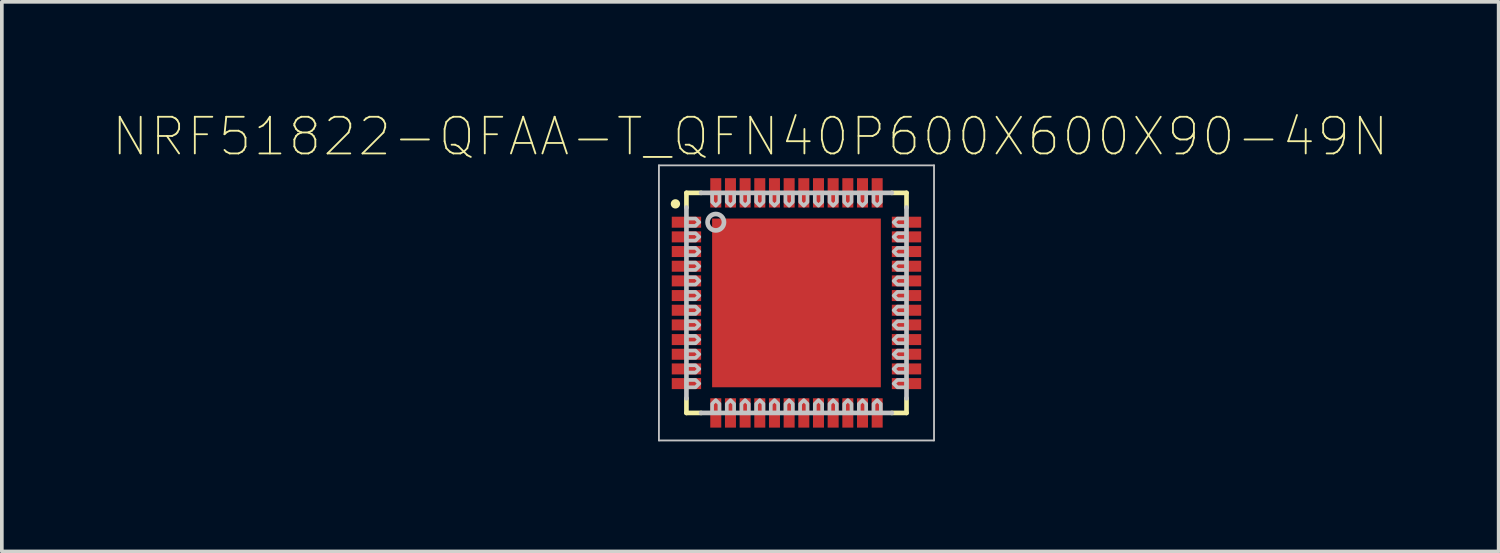
<source format=kicad_pcb>
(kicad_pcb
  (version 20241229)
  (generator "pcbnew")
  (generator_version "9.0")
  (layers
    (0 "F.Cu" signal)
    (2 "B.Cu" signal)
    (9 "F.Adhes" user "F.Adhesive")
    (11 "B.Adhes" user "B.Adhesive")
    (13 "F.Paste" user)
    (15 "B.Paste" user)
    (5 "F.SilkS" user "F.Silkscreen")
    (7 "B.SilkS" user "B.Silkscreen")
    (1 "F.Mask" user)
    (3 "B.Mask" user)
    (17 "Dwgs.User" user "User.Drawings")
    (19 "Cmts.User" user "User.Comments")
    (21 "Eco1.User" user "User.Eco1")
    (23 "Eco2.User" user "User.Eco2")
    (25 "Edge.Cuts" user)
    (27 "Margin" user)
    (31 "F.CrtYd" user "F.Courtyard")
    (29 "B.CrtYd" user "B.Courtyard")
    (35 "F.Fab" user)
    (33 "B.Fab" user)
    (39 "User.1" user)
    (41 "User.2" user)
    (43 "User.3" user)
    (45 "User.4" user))
  (footprint "NRF51822-QFAA-T_QFN40P600X600X90-49N"
    (layer "F.Cu")
    (at 18.664 5.208)
    (property "Reference" "NRF51822-QFAA-T_QFN40P600X600X90-49N" (at -1.26 -4.535 0) (layer "F.SilkS") (effects (font (size 1 1) (thickness 0.05))))
    (attr smd)
    (fp_poly (pts (xy -3.425 -2.375) (xy -2.575 -2.375) (xy -2.575 -2.025) (xy -3.425 -2.025)) (stroke (width 0.381) (type solid)) (fill yes) (layer "F.Mask"))
    (fp_poly (pts (xy -3.425 -1.975) (xy -2.575 -1.975) (xy -2.575 -1.625) (xy -3.425 -1.625)) (stroke (width 0.381) (type solid)) (fill yes) (layer "F.Mask"))
    (fp_poly (pts (xy -3.425 -1.575) (xy -2.575 -1.575) (xy -2.575 -1.225) (xy -3.425 -1.225)) (stroke (width 0.381) (type solid)) (fill yes) (layer "F.Mask"))
    (fp_poly (pts (xy -3.425 -1.175) (xy -2.575 -1.175) (xy -2.575 -0.825) (xy -3.425 -0.825)) (stroke (width 0.381) (type solid)) (fill yes) (layer "F.Mask"))
    (fp_poly (pts (xy -3.425 -0.775) (xy -2.575 -0.775) (xy -2.575 -0.425) (xy -3.425 -0.425)) (stroke (width 0.381) (type solid)) (fill yes) (layer "F.Mask"))
    (fp_poly (pts (xy -3.425 -0.375) (xy -2.575 -0.375) (xy -2.575 -0.025) (xy -3.425 -0.025)) (stroke (width 0.381) (type solid)) (fill yes) (layer "F.Mask"))
    (fp_poly (pts (xy -3.425 0.025) (xy -2.575 0.025) (xy -2.575 0.375) (xy -3.425 0.375)) (stroke (width 0.381) (type solid)) (fill yes) (layer "F.Mask"))
    (fp_poly (pts (xy -3.425 0.425) (xy -2.575 0.425) (xy -2.575 0.775) (xy -3.425 0.775)) (stroke (width 0.381) (type solid)) (fill yes) (layer "F.Mask"))
    (fp_poly (pts (xy -3.425 0.825) (xy -2.575 0.825) (xy -2.575 1.175) (xy -3.425 1.175)) (stroke (width 0.381) (type solid)) (fill yes) (layer "F.Mask"))
    (fp_poly (pts (xy -3.425 1.225) (xy -2.575 1.225) (xy -2.575 1.575) (xy -3.425 1.575)) (stroke (width 0.381) (type solid)) (fill yes) (layer "F.Mask"))
    (fp_poly (pts (xy -3.425 1.625) (xy -2.575 1.625) (xy -2.575 1.975) (xy -3.425 1.975)) (stroke (width 0.381) (type solid)) (fill yes) (layer "F.Mask"))
    (fp_poly (pts (xy -3.425 2.025) (xy -2.575 2.025) (xy -2.575 2.375) (xy -3.425 2.375)) (stroke (width 0.381) (type solid)) (fill yes) (layer "F.Mask"))
    (fp_poly (pts (xy -2.375 -2.575) (xy -2.375 -3.425) (xy -2.025 -3.425) (xy -2.025 -2.575)) (stroke (width 0.381) (type solid)) (fill yes) (layer "F.Mask"))
    (fp_poly (pts (xy -2.375 3.425) (xy -2.375 2.575) (xy -2.025 2.575) (xy -2.025 3.425)) (stroke (width 0.381) (type solid)) (fill yes) (layer "F.Mask"))
    (fp_poly (pts (xy -1.975 -2.575) (xy -1.975 -3.425) (xy -1.625 -3.425) (xy -1.625 -2.575)) (stroke (width 0.381) (type solid)) (fill yes) (layer "F.Mask"))
    (fp_poly (pts (xy -1.975 3.425) (xy -1.975 2.575) (xy -1.625 2.575) (xy -1.625 3.425)) (stroke (width 0.381) (type solid)) (fill yes) (layer "F.Mask"))
    (fp_poly (pts (xy -1.575 -2.575) (xy -1.575 -3.425) (xy -1.225 -3.425) (xy -1.225 -2.575)) (stroke (width 0.381) (type solid)) (fill yes) (layer "F.Mask"))
    (fp_poly (pts (xy -1.575 3.425) (xy -1.575 2.575) (xy -1.225 2.575) (xy -1.225 3.425)) (stroke (width 0.381) (type solid)) (fill yes) (layer "F.Mask"))
    (fp_poly (pts (xy -1.175 -2.575) (xy -1.175 -3.425) (xy -0.825 -3.425) (xy -0.825 -2.575)) (stroke (width 0.381) (type solid)) (fill yes) (layer "F.Mask"))
    (fp_poly (pts (xy -1.175 3.425) (xy -1.175 2.575) (xy -0.825 2.575) (xy -0.825 3.425)) (stroke (width 0.381) (type solid)) (fill yes) (layer "F.Mask"))
    (fp_poly (pts (xy -0.775 -2.575) (xy -0.775 -3.425) (xy -0.425 -3.425) (xy -0.425 -2.575)) (stroke (width 0.381) (type solid)) (fill yes) (layer "F.Mask"))
    (fp_poly (pts (xy -0.775 3.425) (xy -0.775 2.575) (xy -0.425 2.575) (xy -0.425 3.425)) (stroke (width 0.381) (type solid)) (fill yes) (layer "F.Mask"))
    (fp_poly (pts (xy -0.375 -2.575) (xy -0.375 -3.425) (xy -0.025 -3.425) (xy -0.025 -2.575)) (stroke (width 0.381) (type solid)) (fill yes) (layer "F.Mask"))
    (fp_poly (pts (xy -0.375 3.425) (xy -0.375 2.575) (xy -0.025 2.575) (xy -0.025 3.425)) (stroke (width 0.381) (type solid)) (fill yes) (layer "F.Mask"))
    (fp_poly (pts (xy 0.025 -2.575) (xy 0.025 -3.425) (xy 0.375 -3.425) (xy 0.375 -2.575)) (stroke (width 0.381) (type solid)) (fill yes) (layer "F.Mask"))
    (fp_poly (pts (xy 0.025 3.425) (xy 0.025 2.575) (xy 0.375 2.575) (xy 0.375 3.425)) (stroke (width 0.381) (type solid)) (fill yes) (layer "F.Mask"))
    (fp_poly (pts (xy 0.425 -2.575) (xy 0.425 -3.425) (xy 0.775 -3.425) (xy 0.775 -2.575)) (stroke (width 0.381) (type solid)) (fill yes) (layer "F.Mask"))
    (fp_poly (pts (xy 0.425 3.425) (xy 0.425 2.575) (xy 0.775 2.575) (xy 0.775 3.425)) (stroke (width 0.381) (type solid)) (fill yes) (layer "F.Mask"))
    (fp_poly (pts (xy 0.825 -2.575) (xy 0.825 -3.425) (xy 1.175 -3.425) (xy 1.175 -2.575)) (stroke (width 0.381) (type solid)) (fill yes) (layer "F.Mask"))
    (fp_poly (pts (xy 0.825 3.425) (xy 0.825 2.575) (xy 1.175 2.575) (xy 1.175 3.425)) (stroke (width 0.381) (type solid)) (fill yes) (layer "F.Mask"))
    (fp_poly (pts (xy 1.225 -2.575) (xy 1.225 -3.425) (xy 1.575 -3.425) (xy 1.575 -2.575)) (stroke (width 0.381) (type solid)) (fill yes) (layer "F.Mask"))
    (fp_poly (pts (xy 1.225 3.425) (xy 1.225 2.575) (xy 1.575 2.575) (xy 1.575 3.425)) (stroke (width 0.381) (type solid)) (fill yes) (layer "F.Mask"))
    (fp_poly (pts (xy 1.625 -2.575) (xy 1.625 -3.425) (xy 1.975 -3.425) (xy 1.975 -2.575)) (stroke (width 0.381) (type solid)) (fill yes) (layer "F.Mask"))
    (fp_poly (pts (xy 1.625 3.425) (xy 1.625 2.575) (xy 1.975 2.575) (xy 1.975 3.425)) (stroke (width 0.381) (type solid)) (fill yes) (layer "F.Mask"))
    (fp_poly (pts (xy 2.025 -2.575) (xy 2.025 -3.425) (xy 2.375 -3.425) (xy 2.375 -2.575)) (stroke (width 0.381) (type solid)) (fill yes) (layer "F.Mask"))
    (fp_poly (pts (xy 2.025 3.425) (xy 2.025 2.575) (xy 2.375 2.575) (xy 2.375 3.425)) (stroke (width 0.381) (type solid)) (fill yes) (layer "F.Mask"))
    (fp_poly (pts (xy 2.575 -2.375) (xy 3.425 -2.375) (xy 3.425 -2.025) (xy 2.575 -2.025)) (stroke (width 0.381) (type solid)) (fill yes) (layer "F.Mask"))
    (fp_poly (pts (xy 2.575 -1.975) (xy 3.425 -1.975) (xy 3.425 -1.625) (xy 2.575 -1.625)) (stroke (width 0.381) (type solid)) (fill yes) (layer "F.Mask"))
    (fp_poly (pts (xy 2.575 -1.575) (xy 3.425 -1.575) (xy 3.425 -1.225) (xy 2.575 -1.225)) (stroke (width 0.381) (type solid)) (fill yes) (layer "F.Mask"))
    (fp_poly (pts (xy 2.575 -1.175) (xy 3.425 -1.175) (xy 3.425 -0.825) (xy 2.575 -0.825)) (stroke (width 0.381) (type solid)) (fill yes) (layer "F.Mask"))
    (fp_poly (pts (xy 2.575 -0.775) (xy 3.425 -0.775) (xy 3.425 -0.425) (xy 2.575 -0.425)) (stroke (width 0.381) (type solid)) (fill yes) (layer "F.Mask"))
    (fp_poly (pts (xy 2.575 -0.375) (xy 3.425 -0.375) (xy 3.425 -0.025) (xy 2.575 -0.025)) (stroke (width 0.381) (type solid)) (fill yes) (layer "F.Mask"))
    (fp_poly (pts (xy 2.575 0.025) (xy 3.425 0.025) (xy 3.425 0.375) (xy 2.575 0.375)) (stroke (width 0.381) (type solid)) (fill yes) (layer "F.Mask"))
    (fp_poly (pts (xy 2.575 0.425) (xy 3.425 0.425) (xy 3.425 0.775) (xy 2.575 0.775)) (stroke (width 0.381) (type solid)) (fill yes) (layer "F.Mask"))
    (fp_poly (pts (xy 2.575 0.825) (xy 3.425 0.825) (xy 3.425 1.175) (xy 2.575 1.175)) (stroke (width 0.381) (type solid)) (fill yes) (layer "F.Mask"))
    (fp_poly (pts (xy 2.575 1.225) (xy 3.425 1.225) (xy 3.425 1.575) (xy 2.575 1.575)) (stroke (width 0.381) (type solid)) (fill yes) (layer "F.Mask"))
    (fp_poly (pts (xy 2.575 1.625) (xy 3.425 1.625) (xy 3.425 1.975) (xy 2.575 1.975)) (stroke (width 0.381) (type solid)) (fill yes) (layer "F.Mask"))
    (fp_poly (pts (xy 2.575 2.025) (xy 3.425 2.025) (xy 3.425 2.375) (xy 2.575 2.375)) (stroke (width 0.381) (type solid)) (fill yes) (layer "F.Mask"))
    (fp_line (start -3 -3) (end -2.6 -3) (stroke (width 0.127) (type solid)) (layer "F.SilkS"))
    (fp_line (start -3 -2.6) (end -3 -3) (stroke (width 0.127) (type solid)) (layer "F.SilkS"))
    (fp_line (start -3 3) (end -3 2.6) (stroke (width 0.127) (type solid)) (layer "F.SilkS"))
    (fp_line (start -2.6 3) (end -3 3) (stroke (width 0.127) (type solid)) (layer "F.SilkS"))
    (fp_line (start 2.6 -3) (end 3 -3) (stroke (width 0.127) (type solid)) (layer "F.SilkS"))
    (fp_line (start 3 -3) (end 3 -2.6) (stroke (width 0.127) (type solid)) (layer "F.SilkS"))
    (fp_line (start 3 2.6) (end 3 3) (stroke (width 0.127) (type solid)) (layer "F.SilkS"))
    (fp_line (start 3 3) (end 2.6 3) (stroke (width 0.127) (type solid)) (layer "F.SilkS"))
    (fp_circle (center -3.3 -2.7) (end -3.173 -2.7) (stroke (width 0) (type solid)) (fill yes) (layer "F.SilkS"))
    (fp_poly (pts (xy -1.45 -1.45) (xy 1.45 -1.45) (xy 1.45 1.45) (xy -1.45 1.45)) (stroke (width 0.381) (type solid)) (fill yes) (layer "F.Paste"))
    (fp_line (start -3.75 -3.75) (end 3.75 -3.75) (stroke (width 0.05) (type solid)) (layer "Dwgs.User"))
    (fp_line (start -3.75 3.75) (end -3.75 -3.75) (stroke (width 0.05) (type solid)) (layer "Dwgs.User"))
    (fp_line (start -3 2.6) (end -3 -2.6) (stroke (width 0.127) (type solid)) (layer "Dwgs.User"))
    (fp_line (start -2.6 -3) (end 2.6 -3) (stroke (width 0.127) (type solid)) (layer "Dwgs.User"))
    (fp_line (start 2.6 3) (end -2.6 3) (stroke (width 0.127) (type solid)) (layer "Dwgs.User"))
    (fp_line (start 3 2.6) (end 3 -2.6) (stroke (width 0.127) (type solid)) (layer "Dwgs.User"))
    (fp_line (start 3.75 -3.75) (end 3.75 3.75) (stroke (width 0.05) (type solid)) (layer "Dwgs.User"))
    (fp_line (start 3.75 3.75) (end -3.75 3.75) (stroke (width 0.05) (type solid)) (layer "Dwgs.User"))
    (fp_circle (center -2.2 -2.2) (end -1.976 -2.2) (stroke (width 0.127) (type solid)) (fill no) (layer "Dwgs.User"))
    (fp_poly (pts (xy -3 -2.3) (xy -2.75 -2.3) (xy -2.65 -2.2) (xy -2.75 -2.1) (xy -3 -2.1)) (stroke (width 0.1) (type solid)) (fill no) (layer "Dwgs.User"))
    (fp_poly (pts (xy -3 -1.9) (xy -2.75 -1.9) (xy -2.65 -1.8) (xy -2.75 -1.7) (xy -3 -1.7)) (stroke (width 0.1) (type solid)) (fill no) (layer "Dwgs.User"))
    (fp_poly (pts (xy -3 -1.5) (xy -2.75 -1.5) (xy -2.65 -1.4) (xy -2.75 -1.3) (xy -3 -1.3)) (stroke (width 0.1) (type solid)) (fill no) (layer "Dwgs.User"))
    (fp_poly (pts (xy -3 -1.1) (xy -2.75 -1.1) (xy -2.65 -1) (xy -2.75 -0.9) (xy -3 -0.9)) (stroke (width 0.1) (type solid)) (fill no) (layer "Dwgs.User"))
    (fp_poly (pts (xy -3 -0.7) (xy -2.75 -0.7) (xy -2.65 -0.6) (xy -2.75 -0.5) (xy -3 -0.5)) (stroke (width 0.1) (type solid)) (fill no) (layer "Dwgs.User"))
    (fp_poly (pts (xy -3 -0.3) (xy -2.75 -0.3) (xy -2.65 -0.2) (xy -2.75 -0.1) (xy -3 -0.1)) (stroke (width 0.1) (type solid)) (fill no) (layer "Dwgs.User"))
    (fp_poly (pts (xy -3 0.1) (xy -2.75 0.1) (xy -2.65 0.2) (xy -2.75 0.3) (xy -3 0.3)) (stroke (width 0.1) (type solid)) (fill no) (layer "Dwgs.User"))
    (fp_poly (pts (xy -3 0.5) (xy -2.75 0.5) (xy -2.65 0.6) (xy -2.75 0.7) (xy -3 0.7)) (stroke (width 0.1) (type solid)) (fill no) (layer "Dwgs.User"))
    (fp_poly (pts (xy -3 0.9) (xy -2.75 0.9) (xy -2.65 1) (xy -2.75 1.1) (xy -3 1.1)) (stroke (width 0.1) (type solid)) (fill no) (layer "Dwgs.User"))
    (fp_poly (pts (xy -3 1.3) (xy -2.75 1.3) (xy -2.65 1.4) (xy -2.75 1.5) (xy -3 1.5)) (stroke (width 0.1) (type solid)) (fill no) (layer "Dwgs.User"))
    (fp_poly (pts (xy -3 1.7) (xy -2.75 1.7) (xy -2.65 1.8) (xy -2.75 1.9) (xy -3 1.9)) (stroke (width 0.1) (type solid)) (fill no) (layer "Dwgs.User"))
    (fp_poly (pts (xy -3 2.1) (xy -2.75 2.1) (xy -2.65 2.2) (xy -2.75 2.3) (xy -3 2.3)) (stroke (width 0.1) (type solid)) (fill no) (layer "Dwgs.User"))
    (fp_poly (pts (xy -2.3 3) (xy -2.3 2.75) (xy -2.2 2.65) (xy -2.1 2.75) (xy -2.1 3)) (stroke (width 0.1) (type solid)) (fill no) (layer "Dwgs.User"))
    (fp_poly (pts (xy -2.1 -3) (xy -2.1 -2.75) (xy -2.2 -2.65) (xy -2.3 -2.75) (xy -2.3 -3)) (stroke (width 0.1) (type solid)) (fill no) (layer "Dwgs.User"))
    (fp_poly (pts (xy -1.9 3) (xy -1.9 2.75) (xy -1.8 2.65) (xy -1.7 2.75) (xy -1.7 3)) (stroke (width 0.1) (type solid)) (fill no) (layer "Dwgs.User"))
    (fp_poly (pts (xy -1.7 -3) (xy -1.7 -2.75) (xy -1.8 -2.65) (xy -1.9 -2.75) (xy -1.9 -3)) (stroke (width 0.1) (type solid)) (fill no) (layer "Dwgs.User"))
    (fp_poly (pts (xy -1.5 3) (xy -1.5 2.75) (xy -1.4 2.65) (xy -1.3 2.75) (xy -1.3 3)) (stroke (width 0.1) (type solid)) (fill no) (layer "Dwgs.User"))
    (fp_poly (pts (xy -1.3 -3) (xy -1.3 -2.75) (xy -1.4 -2.65) (xy -1.5 -2.75) (xy -1.5 -3)) (stroke (width 0.1) (type solid)) (fill no) (layer "Dwgs.User"))
    (fp_poly (pts (xy -1.1 3) (xy -1.1 2.75) (xy -1 2.65) (xy -0.9 2.75) (xy -0.9 3)) (stroke (width 0.1) (type solid)) (fill no) (layer "Dwgs.User"))
    (fp_poly (pts (xy -0.9 -3) (xy -0.9 -2.75) (xy -1 -2.65) (xy -1.1 -2.75) (xy -1.1 -3)) (stroke (width 0.1) (type solid)) (fill no) (layer "Dwgs.User"))
    (fp_poly (pts (xy -0.7 3) (xy -0.7 2.75) (xy -0.6 2.65) (xy -0.5 2.75) (xy -0.5 3)) (stroke (width 0.1) (type solid)) (fill no) (layer "Dwgs.User"))
    (fp_poly (pts (xy -0.5 -3) (xy -0.5 -2.75) (xy -0.6 -2.65) (xy -0.7 -2.75) (xy -0.7 -3)) (stroke (width 0.1) (type solid)) (fill no) (layer "Dwgs.User"))
    (fp_poly (pts (xy -0.3 3) (xy -0.3 2.75) (xy -0.2 2.65) (xy -0.1 2.75) (xy -0.1 3)) (stroke (width 0.1) (type solid)) (fill no) (layer "Dwgs.User"))
    (fp_poly (pts (xy -0.1 -3) (xy -0.1 -2.75) (xy -0.2 -2.65) (xy -0.3 -2.75) (xy -0.3 -3)) (stroke (width 0.1) (type solid)) (fill no) (layer "Dwgs.User"))
    (fp_poly (pts (xy 0.1 3) (xy 0.1 2.75) (xy 0.2 2.65) (xy 0.3 2.75) (xy 0.3 3)) (stroke (width 0.1) (type solid)) (fill no) (layer "Dwgs.User"))
    (fp_poly (pts (xy 0.3 -3) (xy 0.3 -2.75) (xy 0.2 -2.65) (xy 0.1 -2.75) (xy 0.1 -3)) (stroke (width 0.1) (type solid)) (fill no) (layer "Dwgs.User"))
    (fp_poly (pts (xy 0.5 3) (xy 0.5 2.75) (xy 0.6 2.65) (xy 0.7 2.75) (xy 0.7 3)) (stroke (width 0.1) (type solid)) (fill no) (layer "Dwgs.User"))
    (fp_poly (pts (xy 0.7 -3) (xy 0.7 -2.75) (xy 0.6 -2.65) (xy 0.5 -2.75) (xy 0.5 -3)) (stroke (width 0.1) (type solid)) (fill no) (layer "Dwgs.User"))
    (fp_poly (pts (xy 0.9 3) (xy 0.9 2.75) (xy 1 2.65) (xy 1.1 2.75) (xy 1.1 3)) (stroke (width 0.1) (type solid)) (fill no) (layer "Dwgs.User"))
    (fp_poly (pts (xy 1.1 -3) (xy 1.1 -2.75) (xy 1 -2.65) (xy 0.9 -2.75) (xy 0.9 -3)) (stroke (width 0.1) (type solid)) (fill no) (layer "Dwgs.User"))
    (fp_poly (pts (xy 1.3 3) (xy 1.3 2.75) (xy 1.4 2.65) (xy 1.5 2.75) (xy 1.5 3)) (stroke (width 0.1) (type solid)) (fill no) (layer "Dwgs.User"))
    (fp_poly (pts (xy 1.5 -3) (xy 1.5 -2.75) (xy 1.4 -2.65) (xy 1.3 -2.75) (xy 1.3 -3)) (stroke (width 0.1) (type solid)) (fill no) (layer "Dwgs.User"))
    (fp_poly (pts (xy 1.7 3) (xy 1.7 2.75) (xy 1.8 2.65) (xy 1.9 2.75) (xy 1.9 3)) (stroke (width 0.1) (type solid)) (fill no) (layer "Dwgs.User"))
    (fp_poly (pts (xy 1.9 -3) (xy 1.9 -2.75) (xy 1.8 -2.65) (xy 1.7 -2.75) (xy 1.7 -3)) (stroke (width 0.1) (type solid)) (fill no) (layer "Dwgs.User"))
    (fp_poly (pts (xy 2.1 3) (xy 2.1 2.75) (xy 2.2 2.65) (xy 2.3 2.75) (xy 2.3 3)) (stroke (width 0.1) (type solid)) (fill no) (layer "Dwgs.User"))
    (fp_poly (pts (xy 2.3 -3) (xy 2.3 -2.75) (xy 2.2 -2.65) (xy 2.1 -2.75) (xy 2.1 -3)) (stroke (width 0.1) (type solid)) (fill no) (layer "Dwgs.User"))
    (fp_poly (pts (xy 3 -2.1) (xy 2.75 -2.1) (xy 2.65 -2.2) (xy 2.75 -2.3) (xy 3 -2.3)) (stroke (width 0.1) (type solid)) (fill no) (layer "Dwgs.User"))
    (fp_poly (pts (xy 3 -1.7) (xy 2.75 -1.7) (xy 2.65 -1.8) (xy 2.75 -1.9) (xy 3 -1.9)) (stroke (width 0.1) (type solid)) (fill no) (layer "Dwgs.User"))
    (fp_poly (pts (xy 3 -1.3) (xy 2.75 -1.3) (xy 2.65 -1.4) (xy 2.75 -1.5) (xy 3 -1.5)) (stroke (width 0.1) (type solid)) (fill no) (layer "Dwgs.User"))
    (fp_poly (pts (xy 3 -0.9) (xy 2.75 -0.9) (xy 2.65 -1) (xy 2.75 -1.1) (xy 3 -1.1)) (stroke (width 0.1) (type solid)) (fill no) (layer "Dwgs.User"))
    (fp_poly (pts (xy 3 -0.5) (xy 2.75 -0.5) (xy 2.65 -0.6) (xy 2.75 -0.7) (xy 3 -0.7)) (stroke (width 0.1) (type solid)) (fill no) (layer "Dwgs.User"))
    (fp_poly (pts (xy 3 -0.1) (xy 2.75 -0.1) (xy 2.65 -0.2) (xy 2.75 -0.3) (xy 3 -0.3)) (stroke (width 0.1) (type solid)) (fill no) (layer "Dwgs.User"))
    (fp_poly (pts (xy 3 0.3) (xy 2.75 0.3) (xy 2.65 0.2) (xy 2.75 0.1) (xy 3 0.1)) (stroke (width 0.1) (type solid)) (fill no) (layer "Dwgs.User"))
    (fp_poly (pts (xy 3 0.7) (xy 2.75 0.7) (xy 2.65 0.6) (xy 2.75 0.5) (xy 3 0.5)) (stroke (width 0.1) (type solid)) (fill no) (layer "Dwgs.User"))
    (fp_poly (pts (xy 3 1.1) (xy 2.75 1.1) (xy 2.65 1) (xy 2.75 0.9) (xy 3 0.9)) (stroke (width 0.1) (type solid)) (fill no) (layer "Dwgs.User"))
    (fp_poly (pts (xy 3 1.5) (xy 2.75 1.5) (xy 2.65 1.4) (xy 2.75 1.3) (xy 3 1.3)) (stroke (width 0.1) (type solid)) (fill no) (layer "Dwgs.User"))
    (fp_poly (pts (xy 3 1.9) (xy 2.75 1.9) (xy 2.65 1.8) (xy 2.75 1.7) (xy 3 1.7)) (stroke (width 0.1) (type solid)) (fill no) (layer "Dwgs.User"))
    (fp_poly (pts (xy 3 2.3) (xy 2.75 2.3) (xy 2.65 2.2) (xy 2.75 2.1) (xy 3 2.1)) (stroke (width 0.1) (type solid)) (fill no) (layer "Dwgs.User"))
    (pad "1" smd rect (at -3 -2.2) (size 0.8 0.3) (layers "F.Cu" "F.Mask" "F.Paste"))
    (pad "2" smd rect (at -3 -1.8) (size 0.8 0.3) (layers "F.Cu" "F.Mask" "F.Paste"))
    (pad "3" smd rect (at -3 -1.4) (size 0.8 0.3) (layers "F.Cu" "F.Mask" "F.Paste"))
    (pad "4" smd rect (at -3 -1) (size 0.8 0.3) (layers "F.Cu" "F.Mask" "F.Paste"))
    (pad "5" smd rect (at -3 -0.6) (size 0.8 0.3) (layers "F.Cu" "F.Mask" "F.Paste"))
    (pad "6" smd rect (at -3 -0.2) (size 0.8 0.3) (layers "F.Cu" "F.Mask" "F.Paste"))
    (pad "7" smd rect (at -3 0.2) (size 0.8 0.3) (layers "F.Cu" "F.Mask" "F.Paste"))
    (pad "8" smd rect (at -3 0.6) (size 0.8 0.3) (layers "F.Cu" "F.Mask" "F.Paste"))
    (pad "9" smd rect (at -3 1) (size 0.8 0.3) (layers "F.Cu" "F.Mask" "F.Paste"))
    (pad "10" smd rect (at -3 1.4) (size 0.8 0.3) (layers "F.Cu" "F.Mask" "F.Paste"))
    (pad "11" smd rect (at -3 1.8) (size 0.8 0.3) (layers "F.Cu" "F.Mask" "F.Paste"))
    (pad "12" smd rect (at -3 2.2) (size 0.8 0.3) (layers "F.Cu" "F.Mask" "F.Paste"))
    (pad "13" smd rect (at -2.2 3 90) (size 0.8 0.3) (layers "F.Cu" "F.Mask" "F.Paste"))
    (pad "14" smd rect (at -1.8 3 90) (size 0.8 0.3) (layers "F.Cu" "F.Mask" "F.Paste"))
    (pad "15" smd rect (at -1.4 3 90) (size 0.8 0.3) (layers "F.Cu" "F.Mask" "F.Paste"))
    (pad "16" smd rect (at -1 3 90) (size 0.8 0.3) (layers "F.Cu" "F.Mask" "F.Paste"))
    (pad "17" smd rect (at -0.6 3 90) (size 0.8 0.3) (layers "F.Cu" "F.Mask" "F.Paste"))
    (pad "18" smd rect (at -0.2 3 90) (size 0.8 0.3) (layers "F.Cu" "F.Mask" "F.Paste"))
    (pad "19" smd rect (at 0.2 3 90) (size 0.8 0.3) (layers "F.Cu" "F.Mask" "F.Paste"))
    (pad "20" smd rect (at 0.6 3 90) (size 0.8 0.3) (layers "F.Cu" "F.Mask" "F.Paste"))
    (pad "21" smd rect (at 1 3 90) (size 0.8 0.3) (layers "F.Cu" "F.Mask" "F.Paste"))
    (pad "22" smd rect (at 1.4 3 90) (size 0.8 0.3) (layers "F.Cu" "F.Mask" "F.Paste"))
    (pad "23" smd rect (at 1.8 3 90) (size 0.8 0.3) (layers "F.Cu" "F.Mask" "F.Paste"))
    (pad "24" smd rect (at 2.2 3 90) (size 0.8 0.3) (layers "F.Cu" "F.Mask" "F.Paste"))
    (pad "25" smd rect (at 3 2.2 180) (size 0.8 0.3) (layers "F.Cu" "F.Mask" "F.Paste"))
    (pad "26" smd rect (at 3 1.8 180) (size 0.8 0.3) (layers "F.Cu" "F.Mask" "F.Paste"))
    (pad "27" smd rect (at 3 1.4 180) (size 0.8 0.3) (layers "F.Cu" "F.Mask" "F.Paste"))
    (pad "28" smd rect (at 3 1 180) (size 0.8 0.3) (layers "F.Cu" "F.Mask" "F.Paste"))
    (pad "29" smd rect (at 3 0.6 180) (size 0.8 0.3) (layers "F.Cu" "F.Mask" "F.Paste"))
    (pad "30" smd rect (at 3 0.2 180) (size 0.8 0.3) (layers "F.Cu" "F.Mask" "F.Paste"))
    (pad "31" smd rect (at 3 -0.2 180) (size 0.8 0.3) (layers "F.Cu" "F.Mask" "F.Paste"))
    (pad "32" smd rect (at 3 -0.6 180) (size 0.8 0.3) (layers "F.Cu" "F.Mask" "F.Paste"))
    (pad "33" smd rect (at 3 -1 180) (size 0.8 0.3) (layers "F.Cu" "F.Mask" "F.Paste"))
    (pad "34" smd rect (at 3 -1.4 180) (size 0.8 0.3) (layers "F.Cu" "F.Mask" "F.Paste"))
    (pad "35" smd rect (at 3 -1.8 180) (size 0.8 0.3) (layers "F.Cu" "F.Mask" "F.Paste"))
    (pad "36" smd rect (at 3 -2.2 180) (size 0.8 0.3) (layers "F.Cu" "F.Mask" "F.Paste"))
    (pad "37" smd rect (at 2.2 -3 270) (size 0.8 0.3) (layers "F.Cu" "F.Mask" "F.Paste"))
    (pad "38" smd rect (at 1.8 -3 270) (size 0.8 0.3) (layers "F.Cu" "F.Mask" "F.Paste"))
    (pad "39" smd rect (at 1.4 -3 270) (size 0.8 0.3) (layers "F.Cu" "F.Mask" "F.Paste"))
    (pad "40" smd rect (at 1 -3 270) (size 0.8 0.3) (layers "F.Cu" "F.Mask" "F.Paste"))
    (pad "41" smd rect (at 0.6 -3 270) (size 0.8 0.3) (layers "F.Cu" "F.Mask" "F.Paste"))
    (pad "42" smd rect (at 0.2 -3 270) (size 0.8 0.3) (layers "F.Cu" "F.Mask" "F.Paste"))
    (pad "43" smd rect (at -0.2 -3 270) (size 0.8 0.3) (layers "F.Cu" "F.Mask" "F.Paste"))
    (pad "44" smd rect (at -0.6 -3 270) (size 0.8 0.3) (layers "F.Cu" "F.Mask" "F.Paste"))
    (pad "45" smd rect (at -1 -3 270) (size 0.8 0.3) (layers "F.Cu" "F.Mask" "F.Paste"))
    (pad "46" smd rect (at -1.4 -3 270) (size 0.8 0.3) (layers "F.Cu" "F.Mask" "F.Paste"))
    (pad "47" smd rect (at -1.8 -3 270) (size 0.8 0.3) (layers "F.Cu" "F.Mask" "F.Paste"))
    (pad "48" smd rect (at -2.2 -3 270) (size 0.8 0.3) (layers "F.Cu" "F.Mask" "F.Paste"))
    (pad "49" smd rect (at 0 0) (size 4.6 4.6) (layers "F.Cu" "F.Mask" "F.Paste")))
  (gr_rect
    (start -3 -3)
    (end 37.807 11.983)
    (stroke (width 0.1) (type default))
    (fill no)
    (layer "Edge.Cuts")))
</source>
